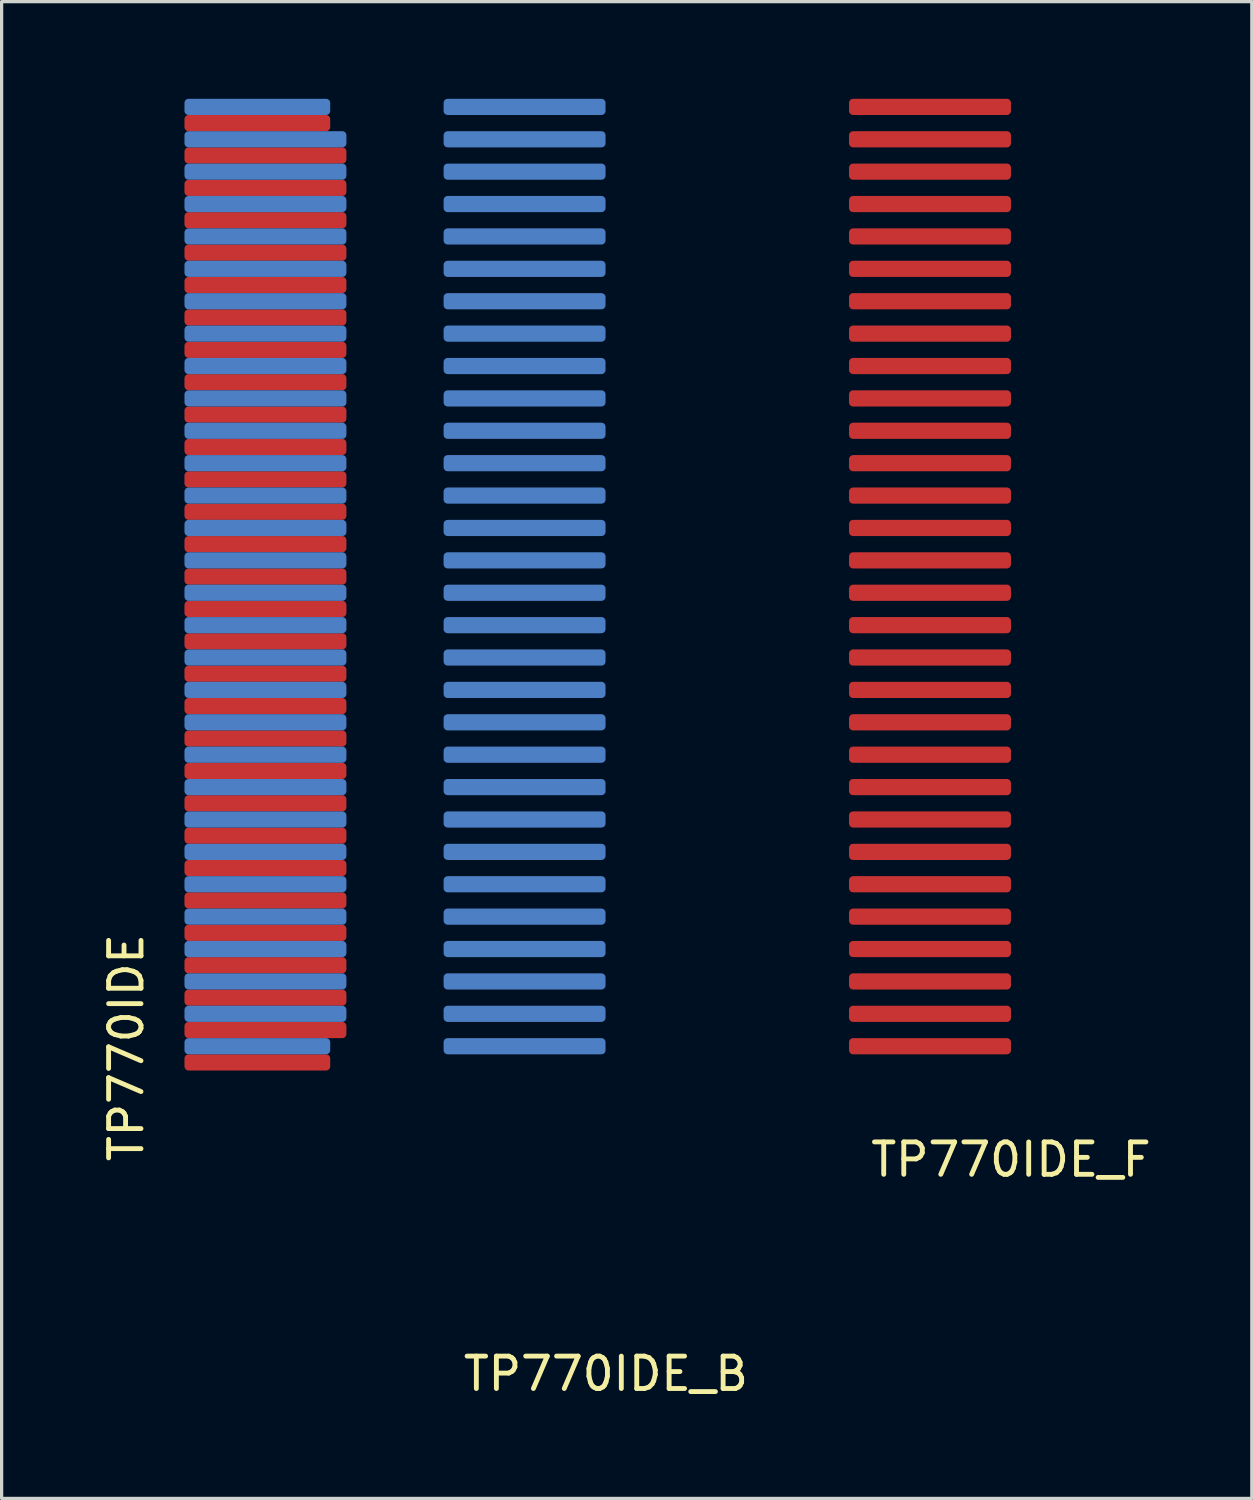
<source format=kicad_pcb>
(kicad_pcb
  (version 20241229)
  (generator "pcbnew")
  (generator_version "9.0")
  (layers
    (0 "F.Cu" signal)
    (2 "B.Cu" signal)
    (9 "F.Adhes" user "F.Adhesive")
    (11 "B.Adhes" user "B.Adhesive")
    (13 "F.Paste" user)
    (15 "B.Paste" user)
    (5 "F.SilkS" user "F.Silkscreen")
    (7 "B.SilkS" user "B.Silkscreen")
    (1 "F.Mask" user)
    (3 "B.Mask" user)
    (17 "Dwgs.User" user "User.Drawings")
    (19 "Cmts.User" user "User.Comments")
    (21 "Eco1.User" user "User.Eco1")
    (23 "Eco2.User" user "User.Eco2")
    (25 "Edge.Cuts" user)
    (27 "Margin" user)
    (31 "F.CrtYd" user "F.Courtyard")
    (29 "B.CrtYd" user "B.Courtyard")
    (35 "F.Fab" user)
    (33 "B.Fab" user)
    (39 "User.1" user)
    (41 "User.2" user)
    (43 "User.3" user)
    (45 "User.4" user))
  (footprint "TP770IDE_B"
    (layer "F.Cu")
    (at 15.656 15.863)
    (property "Reference" "TP770IDE_B" (at 0 23.5 0) (layer "F.SilkS") (effects (font (size 1 1) (thickness 0.15))))
    (attr through_hole)
    (pad "2" connect roundrect (at -2.511 13.387) (size 5 0.5) (layers "B.Cu" "B.Mask") (roundrect_rratio 0.25))
    (pad "4" connect roundrect (at -2.511 12.387) (size 5 0.5) (layers "B.Cu" "B.Mask") (roundrect_rratio 0.25))
    (pad "6" connect roundrect (at -2.511 11.387) (size 5 0.5) (layers "B.Cu" "B.Mask") (roundrect_rratio 0.25))
    (pad "8" connect roundrect (at -2.511 10.387) (size 5 0.5) (layers "B.Cu" "B.Mask") (roundrect_rratio 0.25))
    (pad "10" connect roundrect (at -2.511 9.387) (size 5 0.5) (layers "B.Cu" "B.Mask") (roundrect_rratio 0.25))
    (pad "12" connect roundrect (at -2.511 8.387) (size 5 0.5) (layers "B.Cu" "B.Mask") (roundrect_rratio 0.25))
    (pad "14" connect roundrect (at -2.511 7.387) (size 5 0.5) (layers "B.Cu" "B.Mask") (roundrect_rratio 0.25))
    (pad "16" connect roundrect (at -2.511 6.387) (size 5 0.5) (layers "B.Cu" "B.Mask") (roundrect_rratio 0.25))
    (pad "18" connect roundrect (at -2.511 5.387) (size 5 0.5) (layers "B.Cu" "B.Mask") (roundrect_rratio 0.25))
    (pad "20" connect roundrect (at -2.511 4.387) (size 5 0.5) (layers "B.Cu" "B.Mask") (roundrect_rratio 0.25))
    (pad "22" connect roundrect (at -2.511 3.387) (size 5 0.5) (layers "B.Cu" "B.Mask") (roundrect_rratio 0.25))
    (pad "24" connect roundrect (at -2.511 2.387) (size 5 0.5) (layers "B.Cu" "B.Mask") (roundrect_rratio 0.25))
    (pad "26" connect roundrect (at -2.511 1.387) (size 5 0.5) (layers "B.Cu" "B.Mask") (roundrect_rratio 0.25))
    (pad "28" connect roundrect (at -2.511 0.387) (size 5 0.5) (layers "B.Cu" "B.Mask") (roundrect_rratio 0.25))
    (pad "30" connect roundrect (at -2.511 -0.613) (size 5 0.5) (layers "B.Cu" "B.Mask") (roundrect_rratio 0.25))
    (pad "32" connect roundrect (at -2.511 -1.613) (size 5 0.5) (layers "B.Cu" "B.Mask") (roundrect_rratio 0.25))
    (pad "34" connect roundrect (at -2.511 -2.613) (size 5 0.5) (layers "B.Cu" "B.Mask") (roundrect_rratio 0.25))
    (pad "36" connect roundrect (at -2.511 -3.613) (size 5 0.5) (layers "B.Cu" "B.Mask") (roundrect_rratio 0.25))
    (pad "38" connect roundrect (at -2.511 -4.613) (size 5 0.5) (layers "B.Cu" "B.Mask") (roundrect_rratio 0.25))
    (pad "40" connect roundrect (at -2.511 -5.613) (size 5 0.5) (layers "B.Cu" "B.Mask") (roundrect_rratio 0.25))
    (pad "42" connect roundrect (at -2.511 -6.613) (size 5 0.5) (layers "B.Cu" "B.Mask") (roundrect_rratio 0.25))
    (pad "44" connect roundrect (at -2.511 -7.613) (size 5 0.5) (layers "B.Cu" "B.Mask") (roundrect_rratio 0.25))
    (pad "46" connect roundrect (at -2.511 -8.613) (size 5 0.5) (layers "B.Cu" "B.Mask") (roundrect_rratio 0.25))
    (pad "48" connect roundrect (at -2.511 -9.613) (size 5 0.5) (layers "B.Cu" "B.Mask") (roundrect_rratio 0.25))
    (pad "50" connect roundrect (at -2.511 -10.613) (size 5 0.5) (layers "B.Cu" "B.Mask") (roundrect_rratio 0.25))
    (pad "52" connect roundrect (at -2.511 -11.613) (size 5 0.5) (layers "B.Cu" "B.Mask") (roundrect_rratio 0.25))
    (pad "54" connect roundrect (at -2.511 -12.613) (size 5 0.5) (layers "B.Cu" "B.Mask") (roundrect_rratio 0.25))
    (pad "56" connect roundrect (at -2.511 -13.613) (size 5 0.5) (layers "B.Cu" "B.Mask") (roundrect_rratio 0.25))
    (pad "58" connect roundrect (at -2.511 -14.613) (size 5 0.5) (layers "B.Cu" "B.Mask") (roundrect_rratio 0.25))
    (pad "60" connect roundrect (at -2.511 -15.613) (size 5 0.5) (layers "B.Cu" "B.Mask") (roundrect_rratio 0.25)))
  (footprint "TP770IDE"
    (layer "F.Cu")
    (at 4.848 15.793)
    (property "Reference" "TP770IDE" (at -4 13.5 90) (layer "F.SilkS") (effects (font (size 1 1) (thickness 0.15))))
    (attr through_hole)
    (pad "1" connect roundrect (at 0.047 13.957 180) (size 4.5 0.5) (layers "F.Cu" "F.Mask") (roundrect_rratio 0.25))
    (pad "2" connect roundrect (at 0.047 13.457 180) (size 4.5 0.5) (layers "B.Cu" "B.Mask") (roundrect_rratio 0.25))
    (pad "3" connect roundrect (at 0.297 12.957 180) (size 5 0.5) (layers "F.Cu" "F.Mask") (roundrect_rratio 0.25))
    (pad "4" connect roundrect (at 0.297 12.457 180) (size 5 0.5) (layers "B.Cu" "B.Mask") (roundrect_rratio 0.25))
    (pad "5" connect roundrect (at 0.297 11.957 180) (size 5 0.5) (layers "F.Cu" "F.Mask") (roundrect_rratio 0.25))
    (pad "6" connect roundrect (at 0.297 11.457 180) (size 5 0.5) (layers "B.Cu" "B.Mask") (roundrect_rratio 0.25))
    (pad "7" connect roundrect (at 0.297 10.957 180) (size 5 0.5) (layers "F.Cu" "F.Mask") (roundrect_rratio 0.25))
    (pad "8" connect roundrect (at 0.297 10.457 180) (size 5 0.5) (layers "B.Cu" "B.Mask") (roundrect_rratio 0.25))
    (pad "9" connect roundrect (at 0.297 9.957 180) (size 5 0.5) (layers "F.Cu" "F.Mask") (roundrect_rratio 0.25))
    (pad "10" connect roundrect (at 0.297 9.457 180) (size 5 0.5) (layers "B.Cu" "B.Mask") (roundrect_rratio 0.25))
    (pad "11" connect roundrect (at 0.297 8.957 180) (size 5 0.5) (layers "F.Cu" "F.Mask") (roundrect_rratio 0.25))
    (pad "12" connect roundrect (at 0.297 8.457 180) (size 5 0.5) (layers "B.Cu" "B.Mask") (roundrect_rratio 0.25))
    (pad "13" connect roundrect (at 0.297 7.957 180) (size 5 0.5) (layers "F.Cu" "F.Mask") (roundrect_rratio 0.25))
    (pad "14" connect roundrect (at 0.297 7.457 180) (size 5 0.5) (layers "B.Cu" "B.Mask") (roundrect_rratio 0.25))
    (pad "15" connect roundrect (at 0.297 6.957 180) (size 5 0.5) (layers "F.Cu" "F.Mask") (roundrect_rratio 0.25))
    (pad "16" connect roundrect (at 0.297 6.457 180) (size 5 0.5) (layers "B.Cu" "B.Mask") (roundrect_rratio 0.25))
    (pad "17" connect roundrect (at 0.297 5.957 180) (size 5 0.5) (layers "F.Cu" "F.Mask") (roundrect_rratio 0.25))
    (pad "18" connect roundrect (at 0.297 5.457 180) (size 5 0.5) (layers "B.Cu" "B.Mask") (roundrect_rratio 0.25))
    (pad "19" connect roundrect (at 0.297 4.957 180) (size 5 0.5) (layers "F.Cu" "F.Mask") (roundrect_rratio 0.25))
    (pad "20" connect roundrect (at 0.297 4.457 180) (size 5 0.5) (layers "B.Cu" "B.Mask") (roundrect_rratio 0.25))
    (pad "21" connect roundrect (at 0.297 3.957 180) (size 5 0.5) (layers "F.Cu" "F.Mask") (roundrect_rratio 0.25))
    (pad "22" connect roundrect (at 0.297 3.457 180) (size 5 0.5) (layers "B.Cu" "B.Mask") (roundrect_rratio 0.25))
    (pad "23" connect roundrect (at 0.297 2.957 180) (size 5 0.5) (layers "F.Cu" "F.Mask") (roundrect_rratio 0.25))
    (pad "24" connect roundrect (at 0.297 2.457 180) (size 5 0.5) (layers "B.Cu" "B.Mask") (roundrect_rratio 0.25))
    (pad "25" connect roundrect (at 0.297 1.957 180) (size 5 0.5) (layers "F.Cu" "F.Mask") (roundrect_rratio 0.25))
    (pad "26" connect roundrect (at 0.297 1.457 180) (size 5 0.5) (layers "B.Cu" "B.Mask") (roundrect_rratio 0.25))
    (pad "27" connect roundrect (at 0.297 0.957 180) (size 5 0.5) (layers "F.Cu" "F.Mask") (roundrect_rratio 0.25))
    (pad "28" connect roundrect (at 0.297 0.457 180) (size 5 0.5) (layers "B.Cu" "B.Mask") (roundrect_rratio 0.25))
    (pad "29" connect roundrect (at 0.297 -0.043 180) (size 5 0.5) (layers "F.Cu" "F.Mask") (roundrect_rratio 0.25))
    (pad "30" connect roundrect (at 0.297 -0.543 180) (size 5 0.5) (layers "B.Cu" "B.Mask") (roundrect_rratio 0.25))
    (pad "31" connect roundrect (at 0.297 -1.043 180) (size 5 0.5) (layers "F.Cu" "F.Mask") (roundrect_rratio 0.25))
    (pad "32" connect roundrect (at 0.297 -1.543 180) (size 5 0.5) (layers "B.Cu" "B.Mask") (roundrect_rratio 0.25))
    (pad "33" connect roundrect (at 0.297 -2.043 180) (size 5 0.5) (layers "F.Cu" "F.Mask") (roundrect_rratio 0.25))
    (pad "34" connect roundrect (at 0.297 -2.543 180) (size 5 0.5) (layers "B.Cu" "B.Mask") (roundrect_rratio 0.25))
    (pad "35" connect roundrect (at 0.297 -3.043 180) (size 5 0.5) (layers "F.Cu" "F.Mask") (roundrect_rratio 0.25))
    (pad "36" connect roundrect (at 0.297 -3.543 180) (size 5 0.5) (layers "B.Cu" "B.Mask") (roundrect_rratio 0.25))
    (pad "37" connect roundrect (at 0.297 -4.043 180) (size 5 0.5) (layers "F.Cu" "F.Mask") (roundrect_rratio 0.25))
    (pad "38" connect roundrect (at 0.297 -4.543 180) (size 5 0.5) (layers "B.Cu" "B.Mask") (roundrect_rratio 0.25))
    (pad "39" connect roundrect (at 0.297 -5.043 180) (size 5 0.5) (layers "F.Cu" "F.Mask") (roundrect_rratio 0.25))
    (pad "40" connect roundrect (at 0.297 -5.543 180) (size 5 0.5) (layers "B.Cu" "B.Mask") (roundrect_rratio 0.25))
    (pad "41" connect roundrect (at 0.297 -6.043 180) (size 5 0.5) (layers "F.Cu" "F.Mask") (roundrect_rratio 0.25))
    (pad "42" connect roundrect (at 0.297 -6.543 180) (size 5 0.5) (layers "B.Cu" "B.Mask") (roundrect_rratio 0.25))
    (pad "43" connect roundrect (at 0.297 -7.043 180) (size 5 0.5) (layers "F.Cu" "F.Mask") (roundrect_rratio 0.25))
    (pad "44" connect roundrect (at 0.297 -7.543 180) (size 5 0.5) (layers "B.Cu" "B.Mask") (roundrect_rratio 0.25))
    (pad "45" connect roundrect (at 0.297 -8.043 180) (size 5 0.5) (layers "F.Cu" "F.Mask") (roundrect_rratio 0.25))
    (pad "46" connect roundrect (at 0.297 -8.543 180) (size 5 0.5) (layers "B.Cu" "B.Mask") (roundrect_rratio 0.25))
    (pad "47" connect roundrect (at 0.297 -9.043 180) (size 5 0.5) (layers "F.Cu" "F.Mask") (roundrect_rratio 0.25))
    (pad "48" connect roundrect (at 0.297 -9.543 180) (size 5 0.5) (layers "B.Cu" "B.Mask") (roundrect_rratio 0.25))
    (pad "49" connect roundrect (at 0.297 -10.043 180) (size 5 0.5) (layers "F.Cu" "F.Mask") (roundrect_rratio 0.25))
    (pad "50" connect roundrect (at 0.297 -10.543 180) (size 5 0.5) (layers "B.Cu" "B.Mask") (roundrect_rratio 0.25))
    (pad "51" connect roundrect (at 0.297 -11.043 180) (size 5 0.5) (layers "F.Cu" "F.Mask") (roundrect_rratio 0.25))
    (pad "52" connect roundrect (at 0.297 -11.543 180) (size 5 0.5) (layers "B.Cu" "B.Mask") (roundrect_rratio 0.25))
    (pad "53" connect roundrect (at 0.297 -12.043 180) (size 5 0.5) (layers "F.Cu" "F.Mask") (roundrect_rratio 0.25))
    (pad "54" connect roundrect (at 0.297 -12.543 180) (size 5 0.5) (layers "B.Cu" "B.Mask") (roundrect_rratio 0.25))
    (pad "55" connect roundrect (at 0.297 -13.043 180) (size 5 0.5) (layers "F.Cu" "F.Mask") (roundrect_rratio 0.25))
    (pad "56" connect roundrect (at 0.297 -13.543 180) (size 5 0.5) (layers "B.Cu" "B.Mask") (roundrect_rratio 0.25))
    (pad "57" connect roundrect (at 0.297 -14.043 180) (size 5 0.5) (layers "F.Cu" "F.Mask") (roundrect_rratio 0.25))
    (pad "58" connect roundrect (at 0.297 -14.543 180) (size 5 0.5) (layers "B.Cu" "B.Mask") (roundrect_rratio 0.25))
    (pad "59" connect roundrect (at 0.047 -15.043 180) (size 4.5 0.5) (layers "F.Cu" "F.Mask") (roundrect_rratio 0.25))
    (pad "60" connect roundrect (at 0.047 -15.543 180) (size 4.5 0.5) (layers "B.Cu" "B.Mask") (roundrect_rratio 0.25)))
  (footprint "TP770IDE_F"
    (layer "F.Cu")
    (at 28.162 14.25)
    (property "Reference" "TP770IDE_F" (at 0 18.5 0) (layer "F.SilkS") (effects (font (size 1 1) (thickness 0.15))))
    (attr smd)
    (pad "1" connect roundrect (at -2.5 -14) (size 5 0.5) (layers "F.Cu" "F.Mask") (roundrect_rratio 0.25))
    (pad "3" connect roundrect (at -2.5 -13) (size 5 0.5) (layers "F.Cu" "F.Mask") (roundrect_rratio 0.25))
    (pad "5" connect roundrect (at -2.5 -12) (size 5 0.5) (layers "F.Cu" "F.Mask") (roundrect_rratio 0.25))
    (pad "7" connect roundrect (at -2.5 -11) (size 5 0.5) (layers "F.Cu" "F.Mask") (roundrect_rratio 0.25))
    (pad "9" connect roundrect (at -2.5 -10) (size 5 0.5) (layers "F.Cu" "F.Mask") (roundrect_rratio 0.25))
    (pad "11" connect roundrect (at -2.5 -9) (size 5 0.5) (layers "F.Cu" "F.Mask") (roundrect_rratio 0.25))
    (pad "13" connect roundrect (at -2.5 -8) (size 5 0.5) (layers "F.Cu" "F.Mask") (roundrect_rratio 0.25))
    (pad "15" connect roundrect (at -2.5 -7) (size 5 0.5) (layers "F.Cu" "F.Mask") (roundrect_rratio 0.25))
    (pad "17" connect roundrect (at -2.5 -6) (size 5 0.5) (layers "F.Cu" "F.Mask") (roundrect_rratio 0.25))
    (pad "19" connect roundrect (at -2.5 -5) (size 5 0.5) (layers "F.Cu" "F.Mask") (roundrect_rratio 0.25))
    (pad "21" connect roundrect (at -2.5 -4) (size 5 0.5) (layers "F.Cu" "F.Mask") (roundrect_rratio 0.25))
    (pad "23" connect roundrect (at -2.5 -3) (size 5 0.5) (layers "F.Cu" "F.Mask") (roundrect_rratio 0.25))
    (pad "25" connect roundrect (at -2.5 -2) (size 5 0.5) (layers "F.Cu" "F.Mask") (roundrect_rratio 0.25))
    (pad "27" connect roundrect (at -2.5 -1) (size 5 0.5) (layers "F.Cu" "F.Mask") (roundrect_rratio 0.25))
    (pad "29" connect roundrect (at -2.5 0) (size 5 0.5) (layers "F.Cu" "F.Mask") (roundrect_rratio 0.25))
    (pad "31" connect roundrect (at -2.5 1) (size 5 0.5) (layers "F.Cu" "F.Mask") (roundrect_rratio 0.25))
    (pad "33" connect roundrect (at -2.5 2) (size 5 0.5) (layers "F.Cu" "F.Mask") (roundrect_rratio 0.25))
    (pad "35" connect roundrect (at -2.5 3) (size 5 0.5) (layers "F.Cu" "F.Mask") (roundrect_rratio 0.25))
    (pad "37" connect roundrect (at -2.5 4) (size 5 0.5) (layers "F.Cu" "F.Mask") (roundrect_rratio 0.25))
    (pad "39" connect roundrect (at -2.5 5) (size 5 0.5) (layers "F.Cu" "F.Mask") (roundrect_rratio 0.25))
    (pad "41" connect roundrect (at -2.5 6) (size 5 0.5) (layers "F.Cu" "F.Mask") (roundrect_rratio 0.25))
    (pad "43" connect roundrect (at -2.5 7) (size 5 0.5) (layers "F.Cu" "F.Mask") (roundrect_rratio 0.25))
    (pad "45" connect roundrect (at -2.5 8) (size 5 0.5) (layers "F.Cu" "F.Mask") (roundrect_rratio 0.25))
    (pad "47" connect roundrect (at -2.5 9) (size 5 0.5) (layers "F.Cu" "F.Mask") (roundrect_rratio 0.25))
    (pad "49" connect roundrect (at -2.5 10) (size 5 0.5) (layers "F.Cu" "F.Mask") (roundrect_rratio 0.25))
    (pad "51" connect roundrect (at -2.5 11) (size 5 0.5) (layers "F.Cu" "F.Mask") (roundrect_rratio 0.25))
    (pad "53" connect roundrect (at -2.5 12) (size 5 0.5) (layers "F.Cu" "F.Mask") (roundrect_rratio 0.25))
    (pad "55" connect roundrect (at -2.5 13) (size 5 0.5) (layers "F.Cu" "F.Mask") (roundrect_rratio 0.25))
    (pad "57" connect roundrect (at -2.5 14) (size 5 0.5) (layers "F.Cu" "F.Mask") (roundrect_rratio 0.25))
    (pad "59" connect roundrect (at -2.5 15) (size 5 0.5) (layers "F.Cu" "F.Mask") (roundrect_rratio 0.25)))
  (gr_rect
    (start -3 -3)
    (end 35.597 43.211)
    (stroke (width 0.1) (type default))
    (fill no)
    (layer "Edge.Cuts")))
</source>
